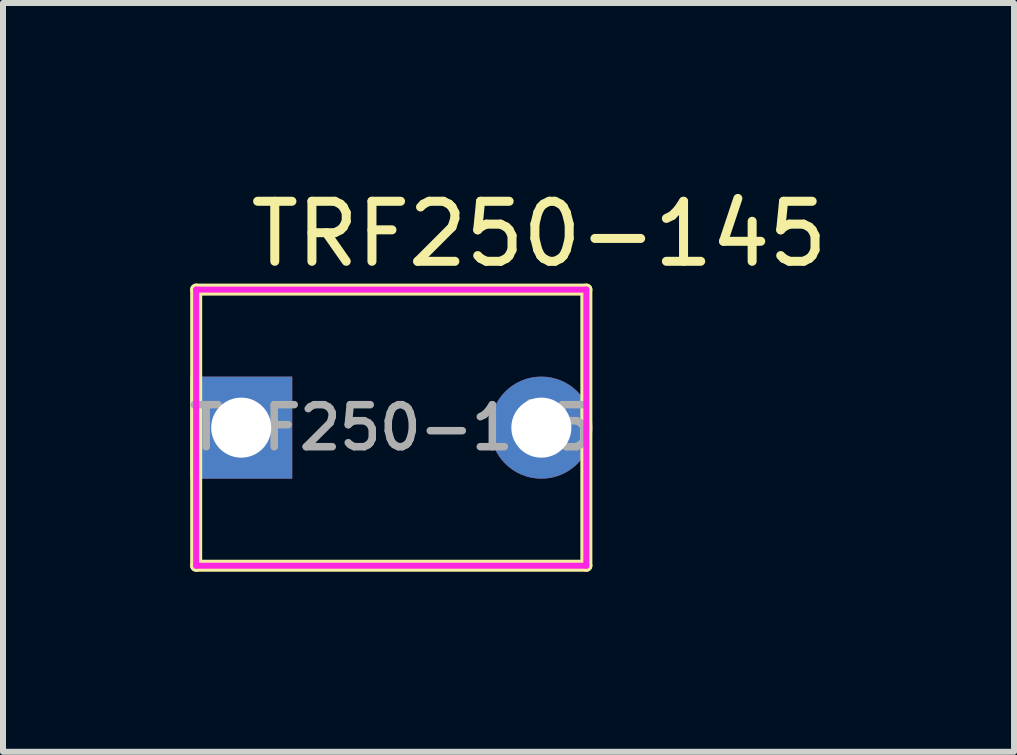
<source format=kicad_pcb>
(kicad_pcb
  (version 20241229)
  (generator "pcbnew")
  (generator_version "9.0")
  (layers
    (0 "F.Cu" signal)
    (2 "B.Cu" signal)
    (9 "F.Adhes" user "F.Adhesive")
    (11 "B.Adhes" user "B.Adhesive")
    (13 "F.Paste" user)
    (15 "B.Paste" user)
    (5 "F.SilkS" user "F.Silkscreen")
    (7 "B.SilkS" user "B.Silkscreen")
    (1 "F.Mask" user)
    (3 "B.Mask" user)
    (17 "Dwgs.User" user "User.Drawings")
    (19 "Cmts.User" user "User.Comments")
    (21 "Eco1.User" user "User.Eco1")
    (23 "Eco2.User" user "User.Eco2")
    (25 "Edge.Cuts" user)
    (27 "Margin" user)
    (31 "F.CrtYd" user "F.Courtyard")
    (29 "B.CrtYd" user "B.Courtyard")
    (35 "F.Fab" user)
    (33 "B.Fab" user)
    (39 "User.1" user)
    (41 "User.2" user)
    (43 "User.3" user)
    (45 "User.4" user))
  (footprint "TRF250-145"
    (layer "F.Cu")
    (at 3.468 4.074)
    (property "Reference" "TRF250-145" (at 2.464 -3.226 0) (layer "F.SilkS") (effects (font (size 1 1) (thickness 0.15))))
    (attr through_hole)
    (fp_line (start -3.25 -2.3) (end -3.25 2.3) (stroke (width 0.2) (type solid)) (layer "F.SilkS"))
    (fp_line (start -3.25 2.3) (end 3.25 2.3) (stroke (width 0.2) (type solid)) (layer "F.SilkS"))
    (fp_line (start 3.25 -2.3) (end -3.25 -2.3) (stroke (width 0.2) (type solid)) (layer "F.SilkS"))
    (fp_line (start 3.25 2.3) (end 3.25 -2.3) (stroke (width 0.2) (type solid)) (layer "F.SilkS"))
    (fp_line (start -3.25 -2.3) (end -3.25 2.3) (stroke (width 0.1) (type solid)) (layer "F.CrtYd"))
    (fp_line (start -3.25 2.3) (end 3.25 2.3) (stroke (width 0.1) (type solid)) (layer "F.CrtYd"))
    (fp_line (start 3.25 -2.3) (end -3.25 -2.3) (stroke (width 0.1) (type solid)) (layer "F.CrtYd"))
    (fp_line (start 3.25 2.3) (end 3.25 -2.3) (stroke (width 0.1) (type solid)) (layer "F.CrtYd"))
    (fp_text user "${REFERENCE}" (at 0 0 0) (layer "F.Fab") (effects (font (size 0.7 0.7) (thickness 0.125))))
    (pad "1" thru_hole rect (at -2.5 0) (size 1.7 1.7) (drill 1) (layers "*.Cu" "*.Mask"))
    (pad "2" thru_hole circle (at 2.5 0) (size 1.7 1.7) (drill 1) (layers "*.Cu" "*.Mask")))
  (gr_rect
    (start -3 -3)
    (end 13.842 9.474)
    (stroke (width 0.1) (type default))
    (fill no)
    (layer "Edge.Cuts")))
</source>
